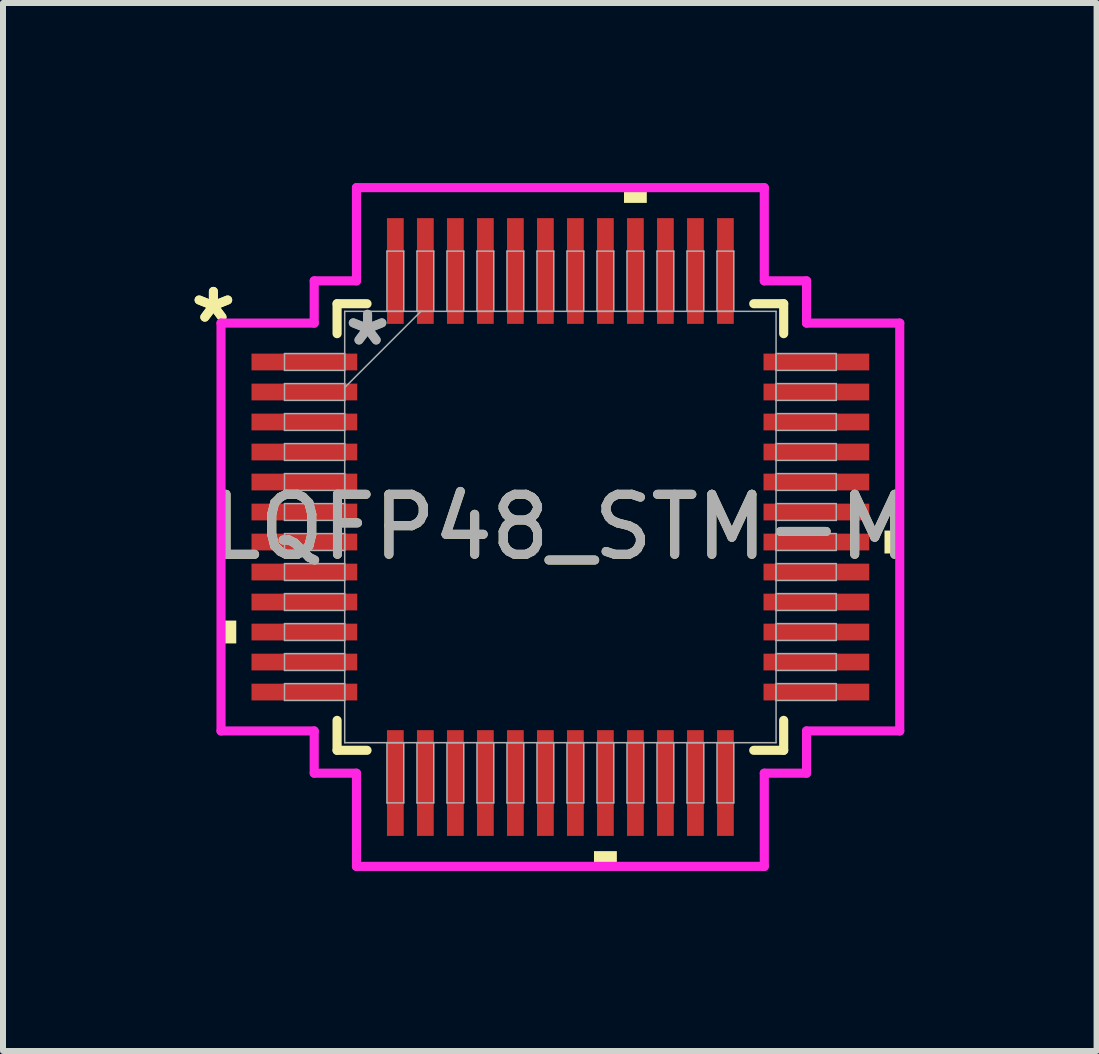
<source format=kicad_pcb>
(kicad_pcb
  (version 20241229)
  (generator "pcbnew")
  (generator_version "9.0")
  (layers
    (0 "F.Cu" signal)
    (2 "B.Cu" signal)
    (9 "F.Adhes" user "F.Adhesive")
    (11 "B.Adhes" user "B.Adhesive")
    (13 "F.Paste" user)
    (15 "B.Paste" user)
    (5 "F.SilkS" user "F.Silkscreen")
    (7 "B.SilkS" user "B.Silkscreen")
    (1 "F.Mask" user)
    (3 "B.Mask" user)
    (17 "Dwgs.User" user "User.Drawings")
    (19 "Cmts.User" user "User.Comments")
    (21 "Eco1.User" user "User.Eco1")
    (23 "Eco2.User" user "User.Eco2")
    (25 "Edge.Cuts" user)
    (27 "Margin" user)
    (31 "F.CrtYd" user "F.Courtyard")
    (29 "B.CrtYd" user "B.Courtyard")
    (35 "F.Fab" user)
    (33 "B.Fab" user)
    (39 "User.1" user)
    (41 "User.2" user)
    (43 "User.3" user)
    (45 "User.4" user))
  (footprint "LQFP48_STM-M"
    (layer "F.Cu")
    (at 6.288 5.732)
    (property "Reference" "LQFP48_STM-M" (at 0 0 0) (unlocked yes) (layer "F.SilkS") (effects (font (size 1 1) (thickness 0.15))))
    (attr smd)
    (fp_line (start -3.721 -3.721) (end -3.721 -3.222) (stroke (width 0.152) (type solid)) (layer "F.SilkS"))
    (fp_line (start -3.721 3.222) (end -3.721 3.721) (stroke (width 0.152) (type solid)) (layer "F.SilkS"))
    (fp_line (start -3.721 3.721) (end -3.222 3.721) (stroke (width 0.152) (type solid)) (layer "F.SilkS"))
    (fp_line (start -3.222 -3.721) (end -3.721 -3.721) (stroke (width 0.152) (type solid)) (layer "F.SilkS"))
    (fp_line (start 3.222 3.721) (end 3.721 3.721) (stroke (width 0.152) (type solid)) (layer "F.SilkS"))
    (fp_line (start 3.721 -3.721) (end 3.222 -3.721) (stroke (width 0.152) (type solid)) (layer "F.SilkS"))
    (fp_line (start 3.721 -3.222) (end 3.721 -3.721) (stroke (width 0.152) (type solid)) (layer "F.SilkS"))
    (fp_line (start 3.721 3.721) (end 3.721 3.222) (stroke (width 0.152) (type solid)) (layer "F.SilkS"))
    (fp_poly (pts (xy -5.655 1.559) (xy -5.655 1.94) (xy -5.401 1.94) (xy -5.401 1.559)) (stroke (width 0) (type solid)) (fill yes) (layer "F.SilkS"))
    (fp_poly (pts (xy 0.56 5.401) (xy 0.56 5.655) (xy 0.941 5.655) (xy 0.941 5.401)) (stroke (width 0) (type solid)) (fill yes) (layer "F.SilkS"))
    (fp_poly (pts (xy 1.06 -5.401) (xy 1.06 -5.655) (xy 1.44 -5.655) (xy 1.44 -5.401)) (stroke (width 0) (type solid)) (fill yes) (layer "F.SilkS"))
    (fp_poly (pts (xy 5.655 0.059) (xy 5.655 0.441) (xy 5.401 0.441) (xy 5.401 0.059)) (stroke (width 0) (type solid)) (fill yes) (layer "F.SilkS"))
    (fp_line (start -5.655 -3.398) (end -4.102 -3.398) (stroke (width 0.152) (type solid)) (layer "F.CrtYd"))
    (fp_line (start -5.655 3.398) (end -5.655 -3.398) (stroke (width 0.152) (type solid)) (layer "F.CrtYd"))
    (fp_line (start -4.102 -4.102) (end -3.398 -4.102) (stroke (width 0.152) (type solid)) (layer "F.CrtYd"))
    (fp_line (start -4.102 -3.398) (end -4.102 -4.102) (stroke (width 0.152) (type solid)) (layer "F.CrtYd"))
    (fp_line (start -4.102 3.398) (end -5.655 3.398) (stroke (width 0.152) (type solid)) (layer "F.CrtYd"))
    (fp_line (start -4.102 4.102) (end -4.102 3.398) (stroke (width 0.152) (type solid)) (layer "F.CrtYd"))
    (fp_line (start -4.102 4.102) (end -3.398 4.102) (stroke (width 0.152) (type solid)) (layer "F.CrtYd"))
    (fp_line (start -3.398 -5.655) (end 3.398 -5.655) (stroke (width 0.152) (type solid)) (layer "F.CrtYd"))
    (fp_line (start -3.398 -4.102) (end -3.398 -5.655) (stroke (width 0.152) (type solid)) (layer "F.CrtYd"))
    (fp_line (start -3.398 4.102) (end -3.398 5.655) (stroke (width 0.152) (type solid)) (layer "F.CrtYd"))
    (fp_line (start -3.398 5.655) (end 3.398 5.655) (stroke (width 0.152) (type solid)) (layer "F.CrtYd"))
    (fp_line (start 3.398 -5.655) (end 3.398 -4.102) (stroke (width 0.152) (type solid)) (layer "F.CrtYd"))
    (fp_line (start 3.398 -4.102) (end 4.102 -4.102) (stroke (width 0.152) (type solid)) (layer "F.CrtYd"))
    (fp_line (start 3.398 4.102) (end 4.102 4.102) (stroke (width 0.152) (type solid)) (layer "F.CrtYd"))
    (fp_line (start 3.398 5.655) (end 3.398 4.102) (stroke (width 0.152) (type solid)) (layer "F.CrtYd"))
    (fp_line (start 4.102 -3.398) (end 4.102 -4.102) (stroke (width 0.152) (type solid)) (layer "F.CrtYd"))
    (fp_line (start 4.102 3.398) (end 5.655 3.398) (stroke (width 0.152) (type solid)) (layer "F.CrtYd"))
    (fp_line (start 4.102 4.102) (end 4.102 3.398) (stroke (width 0.152) (type solid)) (layer "F.CrtYd"))
    (fp_line (start 5.655 -3.398) (end 4.102 -3.398) (stroke (width 0.152) (type solid)) (layer "F.CrtYd"))
    (fp_line (start 5.655 3.398) (end 5.655 -3.398) (stroke (width 0.152) (type solid)) (layer "F.CrtYd"))
    (fp_line (start -4.597 -2.89) (end -4.597 -2.61) (stroke (width 0.025) (type solid)) (layer "F.Fab"))
    (fp_line (start -4.597 -2.61) (end -3.594 -2.61) (stroke (width 0.025) (type solid)) (layer "F.Fab"))
    (fp_line (start -4.597 -2.39) (end -4.597 -2.11) (stroke (width 0.025) (type solid)) (layer "F.Fab"))
    (fp_line (start -4.597 -2.11) (end -3.594 -2.11) (stroke (width 0.025) (type solid)) (layer "F.Fab"))
    (fp_line (start -4.597 -1.89) (end -4.597 -1.61) (stroke (width 0.025) (type solid)) (layer "F.Fab"))
    (fp_line (start -4.597 -1.61) (end -3.594 -1.61) (stroke (width 0.025) (type solid)) (layer "F.Fab"))
    (fp_line (start -4.597 -1.39) (end -4.597 -1.11) (stroke (width 0.025) (type solid)) (layer "F.Fab"))
    (fp_line (start -4.597 -1.11) (end -3.594 -1.11) (stroke (width 0.025) (type solid)) (layer "F.Fab"))
    (fp_line (start -4.597 -0.89) (end -4.597 -0.61) (stroke (width 0.025) (type solid)) (layer "F.Fab"))
    (fp_line (start -4.597 -0.61) (end -3.594 -0.61) (stroke (width 0.025) (type solid)) (layer "F.Fab"))
    (fp_line (start -4.597 -0.39) (end -4.597 -0.11) (stroke (width 0.025) (type solid)) (layer "F.Fab"))
    (fp_line (start -4.597 -0.11) (end -3.594 -0.11) (stroke (width 0.025) (type solid)) (layer "F.Fab"))
    (fp_line (start -4.597 0.11) (end -4.597 0.39) (stroke (width 0.025) (type solid)) (layer "F.Fab"))
    (fp_line (start -4.597 0.39) (end -3.594 0.39) (stroke (width 0.025) (type solid)) (layer "F.Fab"))
    (fp_line (start -4.597 0.61) (end -4.597 0.89) (stroke (width 0.025) (type solid)) (layer "F.Fab"))
    (fp_line (start -4.597 0.89) (end -3.594 0.89) (stroke (width 0.025) (type solid)) (layer "F.Fab"))
    (fp_line (start -4.597 1.11) (end -4.597 1.39) (stroke (width 0.025) (type solid)) (layer "F.Fab"))
    (fp_line (start -4.597 1.39) (end -3.594 1.39) (stroke (width 0.025) (type solid)) (layer "F.Fab"))
    (fp_line (start -4.597 1.61) (end -4.597 1.89) (stroke (width 0.025) (type solid)) (layer "F.Fab"))
    (fp_line (start -4.597 1.89) (end -3.594 1.89) (stroke (width 0.025) (type solid)) (layer "F.Fab"))
    (fp_line (start -4.597 2.11) (end -4.597 2.39) (stroke (width 0.025) (type solid)) (layer "F.Fab"))
    (fp_line (start -4.597 2.39) (end -3.594 2.39) (stroke (width 0.025) (type solid)) (layer "F.Fab"))
    (fp_line (start -4.597 2.61) (end -4.597 2.89) (stroke (width 0.025) (type solid)) (layer "F.Fab"))
    (fp_line (start -4.597 2.89) (end -3.594 2.89) (stroke (width 0.025) (type solid)) (layer "F.Fab"))
    (fp_line (start -3.594 -3.594) (end -3.594 3.594) (stroke (width 0.025) (type solid)) (layer "F.Fab"))
    (fp_line (start -3.594 -2.89) (end -4.597 -2.89) (stroke (width 0.025) (type solid)) (layer "F.Fab"))
    (fp_line (start -3.594 -2.61) (end -3.594 -2.89) (stroke (width 0.025) (type solid)) (layer "F.Fab"))
    (fp_line (start -3.594 -2.39) (end -4.597 -2.39) (stroke (width 0.025) (type solid)) (layer "F.Fab"))
    (fp_line (start -3.594 -2.324) (end -2.324 -3.594) (stroke (width 0.025) (type solid)) (layer "F.Fab"))
    (fp_line (start -3.594 -2.11) (end -3.594 -2.39) (stroke (width 0.025) (type solid)) (layer "F.Fab"))
    (fp_line (start -3.594 -1.89) (end -4.597 -1.89) (stroke (width 0.025) (type solid)) (layer "F.Fab"))
    (fp_line (start -3.594 -1.61) (end -3.594 -1.89) (stroke (width 0.025) (type solid)) (layer "F.Fab"))
    (fp_line (start -3.594 -1.39) (end -4.597 -1.39) (stroke (width 0.025) (type solid)) (layer "F.Fab"))
    (fp_line (start -3.594 -1.11) (end -3.594 -1.39) (stroke (width 0.025) (type solid)) (layer "F.Fab"))
    (fp_line (start -3.594 -0.89) (end -4.597 -0.89) (stroke (width 0.025) (type solid)) (layer "F.Fab"))
    (fp_line (start -3.594 -0.61) (end -3.594 -0.89) (stroke (width 0.025) (type solid)) (layer "F.Fab"))
    (fp_line (start -3.594 -0.39) (end -4.597 -0.39) (stroke (width 0.025) (type solid)) (layer "F.Fab"))
    (fp_line (start -3.594 -0.11) (end -3.594 -0.39) (stroke (width 0.025) (type solid)) (layer "F.Fab"))
    (fp_line (start -3.594 0.11) (end -4.597 0.11) (stroke (width 0.025) (type solid)) (layer "F.Fab"))
    (fp_line (start -3.594 0.39) (end -3.594 0.11) (stroke (width 0.025) (type solid)) (layer "F.Fab"))
    (fp_line (start -3.594 0.61) (end -4.597 0.61) (stroke (width 0.025) (type solid)) (layer "F.Fab"))
    (fp_line (start -3.594 0.89) (end -3.594 0.61) (stroke (width 0.025) (type solid)) (layer "F.Fab"))
    (fp_line (start -3.594 1.11) (end -4.597 1.11) (stroke (width 0.025) (type solid)) (layer "F.Fab"))
    (fp_line (start -3.594 1.39) (end -3.594 1.11) (stroke (width 0.025) (type solid)) (layer "F.Fab"))
    (fp_line (start -3.594 1.61) (end -4.597 1.61) (stroke (width 0.025) (type solid)) (layer "F.Fab"))
    (fp_line (start -3.594 1.89) (end -3.594 1.61) (stroke (width 0.025) (type solid)) (layer "F.Fab"))
    (fp_line (start -3.594 2.11) (end -4.597 2.11) (stroke (width 0.025) (type solid)) (layer "F.Fab"))
    (fp_line (start -3.594 2.39) (end -3.594 2.11) (stroke (width 0.025) (type solid)) (layer "F.Fab"))
    (fp_line (start -3.594 2.61) (end -4.597 2.61) (stroke (width 0.025) (type solid)) (layer "F.Fab"))
    (fp_line (start -3.594 2.89) (end -3.594 2.61) (stroke (width 0.025) (type solid)) (layer "F.Fab"))
    (fp_line (start -3.594 3.594) (end 3.594 3.594) (stroke (width 0.025) (type solid)) (layer "F.Fab"))
    (fp_line (start -2.89 -4.597) (end -2.89 -3.594) (stroke (width 0.025) (type solid)) (layer "F.Fab"))
    (fp_line (start -2.89 -3.594) (end -2.61 -3.594) (stroke (width 0.025) (type solid)) (layer "F.Fab"))
    (fp_line (start -2.89 3.594) (end -2.89 4.597) (stroke (width 0.025) (type solid)) (layer "F.Fab"))
    (fp_line (start -2.89 4.597) (end -2.61 4.597) (stroke (width 0.025) (type solid)) (layer "F.Fab"))
    (fp_line (start -2.61 -4.597) (end -2.89 -4.597) (stroke (width 0.025) (type solid)) (layer "F.Fab"))
    (fp_line (start -2.61 -3.594) (end -2.61 -4.597) (stroke (width 0.025) (type solid)) (layer "F.Fab"))
    (fp_line (start -2.61 3.594) (end -2.89 3.594) (stroke (width 0.025) (type solid)) (layer "F.Fab"))
    (fp_line (start -2.61 4.597) (end -2.61 3.594) (stroke (width 0.025) (type solid)) (layer "F.Fab"))
    (fp_line (start -2.39 -4.597) (end -2.39 -3.594) (stroke (width 0.025) (type solid)) (layer "F.Fab"))
    (fp_line (start -2.39 -3.594) (end -2.11 -3.594) (stroke (width 0.025) (type solid)) (layer "F.Fab"))
    (fp_line (start -2.39 3.594) (end -2.39 4.597) (stroke (width 0.025) (type solid)) (layer "F.Fab"))
    (fp_line (start -2.39 4.597) (end -2.11 4.597) (stroke (width 0.025) (type solid)) (layer "F.Fab"))
    (fp_line (start -2.11 -4.597) (end -2.39 -4.597) (stroke (width 0.025) (type solid)) (layer "F.Fab"))
    (fp_line (start -2.11 -3.594) (end -2.11 -4.597) (stroke (width 0.025) (type solid)) (layer "F.Fab"))
    (fp_line (start -2.11 3.594) (end -2.39 3.594) (stroke (width 0.025) (type solid)) (layer "F.Fab"))
    (fp_line (start -2.11 4.597) (end -2.11 3.594) (stroke (width 0.025) (type solid)) (layer "F.Fab"))
    (fp_line (start -1.89 -4.597) (end -1.89 -3.594) (stroke (width 0.025) (type solid)) (layer "F.Fab"))
    (fp_line (start -1.89 -3.594) (end -1.61 -3.594) (stroke (width 0.025) (type solid)) (layer "F.Fab"))
    (fp_line (start -1.89 3.594) (end -1.89 4.597) (stroke (width 0.025) (type solid)) (layer "F.Fab"))
    (fp_line (start -1.89 4.597) (end -1.61 4.597) (stroke (width 0.025) (type solid)) (layer "F.Fab"))
    (fp_line (start -1.61 -4.597) (end -1.89 -4.597) (stroke (width 0.025) (type solid)) (layer "F.Fab"))
    (fp_line (start -1.61 -3.594) (end -1.61 -4.597) (stroke (width 0.025) (type solid)) (layer "F.Fab"))
    (fp_line (start -1.61 3.594) (end -1.89 3.594) (stroke (width 0.025) (type solid)) (layer "F.Fab"))
    (fp_line (start -1.61 4.597) (end -1.61 3.594) (stroke (width 0.025) (type solid)) (layer "F.Fab"))
    (fp_line (start -1.39 -4.597) (end -1.39 -3.594) (stroke (width 0.025) (type solid)) (layer "F.Fab"))
    (fp_line (start -1.39 -3.594) (end -1.11 -3.594) (stroke (width 0.025) (type solid)) (layer "F.Fab"))
    (fp_line (start -1.39 3.594) (end -1.39 4.597) (stroke (width 0.025) (type solid)) (layer "F.Fab"))
    (fp_line (start -1.39 4.597) (end -1.11 4.597) (stroke (width 0.025) (type solid)) (layer "F.Fab"))
    (fp_line (start -1.11 -4.597) (end -1.39 -4.597) (stroke (width 0.025) (type solid)) (layer "F.Fab"))
    (fp_line (start -1.11 -3.594) (end -1.11 -4.597) (stroke (width 0.025) (type solid)) (layer "F.Fab"))
    (fp_line (start -1.11 3.594) (end -1.39 3.594) (stroke (width 0.025) (type solid)) (layer "F.Fab"))
    (fp_line (start -1.11 4.597) (end -1.11 3.594) (stroke (width 0.025) (type solid)) (layer "F.Fab"))
    (fp_line (start -0.89 -4.597) (end -0.89 -3.594) (stroke (width 0.025) (type solid)) (layer "F.Fab"))
    (fp_line (start -0.89 -3.594) (end -0.61 -3.594) (stroke (width 0.025) (type solid)) (layer "F.Fab"))
    (fp_line (start -0.89 3.594) (end -0.89 4.597) (stroke (width 0.025) (type solid)) (layer "F.Fab"))
    (fp_line (start -0.89 4.597) (end -0.61 4.597) (stroke (width 0.025) (type solid)) (layer "F.Fab"))
    (fp_line (start -0.61 -4.597) (end -0.89 -4.597) (stroke (width 0.025) (type solid)) (layer "F.Fab"))
    (fp_line (start -0.61 -3.594) (end -0.61 -4.597) (stroke (width 0.025) (type solid)) (layer "F.Fab"))
    (fp_line (start -0.61 3.594) (end -0.89 3.594) (stroke (width 0.025) (type solid)) (layer "F.Fab"))
    (fp_line (start -0.61 4.597) (end -0.61 3.594) (stroke (width 0.025) (type solid)) (layer "F.Fab"))
    (fp_line (start -0.39 -4.597) (end -0.39 -3.594) (stroke (width 0.025) (type solid)) (layer "F.Fab"))
    (fp_line (start -0.39 -3.594) (end -0.11 -3.594) (stroke (width 0.025) (type solid)) (layer "F.Fab"))
    (fp_line (start -0.39 3.594) (end -0.39 4.597) (stroke (width 0.025) (type solid)) (layer "F.Fab"))
    (fp_line (start -0.39 4.597) (end -0.11 4.597) (stroke (width 0.025) (type solid)) (layer "F.Fab"))
    (fp_line (start -0.11 -4.597) (end -0.39 -4.597) (stroke (width 0.025) (type solid)) (layer "F.Fab"))
    (fp_line (start -0.11 -3.594) (end -0.11 -4.597) (stroke (width 0.025) (type solid)) (layer "F.Fab"))
    (fp_line (start -0.11 3.594) (end -0.39 3.594) (stroke (width 0.025) (type solid)) (layer "F.Fab"))
    (fp_line (start -0.11 4.597) (end -0.11 3.594) (stroke (width 0.025) (type solid)) (layer "F.Fab"))
    (fp_line (start 0.11 -4.597) (end 0.11 -3.594) (stroke (width 0.025) (type solid)) (layer "F.Fab"))
    (fp_line (start 0.11 -3.594) (end 0.39 -3.594) (stroke (width 0.025) (type solid)) (layer "F.Fab"))
    (fp_line (start 0.11 3.594) (end 0.11 4.597) (stroke (width 0.025) (type solid)) (layer "F.Fab"))
    (fp_line (start 0.11 4.597) (end 0.39 4.597) (stroke (width 0.025) (type solid)) (layer "F.Fab"))
    (fp_line (start 0.39 -4.597) (end 0.11 -4.597) (stroke (width 0.025) (type solid)) (layer "F.Fab"))
    (fp_line (start 0.39 -3.594) (end 0.39 -4.597) (stroke (width 0.025) (type solid)) (layer "F.Fab"))
    (fp_line (start 0.39 3.594) (end 0.11 3.594) (stroke (width 0.025) (type solid)) (layer "F.Fab"))
    (fp_line (start 0.39 4.597) (end 0.39 3.594) (stroke (width 0.025) (type solid)) (layer "F.Fab"))
    (fp_line (start 0.61 -4.597) (end 0.61 -3.594) (stroke (width 0.025) (type solid)) (layer "F.Fab"))
    (fp_line (start 0.61 -3.594) (end 0.89 -3.594) (stroke (width 0.025) (type solid)) (layer "F.Fab"))
    (fp_line (start 0.61 3.594) (end 0.61 4.597) (stroke (width 0.025) (type solid)) (layer "F.Fab"))
    (fp_line (start 0.61 4.597) (end 0.89 4.597) (stroke (width 0.025) (type solid)) (layer "F.Fab"))
    (fp_line (start 0.89 -4.597) (end 0.61 -4.597) (stroke (width 0.025) (type solid)) (layer "F.Fab"))
    (fp_line (start 0.89 -3.594) (end 0.89 -4.597) (stroke (width 0.025) (type solid)) (layer "F.Fab"))
    (fp_line (start 0.89 3.594) (end 0.61 3.594) (stroke (width 0.025) (type solid)) (layer "F.Fab"))
    (fp_line (start 0.89 4.597) (end 0.89 3.594) (stroke (width 0.025) (type solid)) (layer "F.Fab"))
    (fp_line (start 1.11 -4.597) (end 1.11 -3.594) (stroke (width 0.025) (type solid)) (layer "F.Fab"))
    (fp_line (start 1.11 -3.594) (end 1.39 -3.594) (stroke (width 0.025) (type solid)) (layer "F.Fab"))
    (fp_line (start 1.11 3.594) (end 1.11 4.597) (stroke (width 0.025) (type solid)) (layer "F.Fab"))
    (fp_line (start 1.11 4.597) (end 1.39 4.597) (stroke (width 0.025) (type solid)) (layer "F.Fab"))
    (fp_line (start 1.39 -4.597) (end 1.11 -4.597) (stroke (width 0.025) (type solid)) (layer "F.Fab"))
    (fp_line (start 1.39 -3.594) (end 1.39 -4.597) (stroke (width 0.025) (type solid)) (layer "F.Fab"))
    (fp_line (start 1.39 3.594) (end 1.11 3.594) (stroke (width 0.025) (type solid)) (layer "F.Fab"))
    (fp_line (start 1.39 4.597) (end 1.39 3.594) (stroke (width 0.025) (type solid)) (layer "F.Fab"))
    (fp_line (start 1.61 -4.597) (end 1.61 -3.594) (stroke (width 0.025) (type solid)) (layer "F.Fab"))
    (fp_line (start 1.61 -3.594) (end 1.89 -3.594) (stroke (width 0.025) (type solid)) (layer "F.Fab"))
    (fp_line (start 1.61 3.594) (end 1.61 4.597) (stroke (width 0.025) (type solid)) (layer "F.Fab"))
    (fp_line (start 1.61 4.597) (end 1.89 4.597) (stroke (width 0.025) (type solid)) (layer "F.Fab"))
    (fp_line (start 1.89 -4.597) (end 1.61 -4.597) (stroke (width 0.025) (type solid)) (layer "F.Fab"))
    (fp_line (start 1.89 -3.594) (end 1.89 -4.597) (stroke (width 0.025) (type solid)) (layer "F.Fab"))
    (fp_line (start 1.89 3.594) (end 1.61 3.594) (stroke (width 0.025) (type solid)) (layer "F.Fab"))
    (fp_line (start 1.89 4.597) (end 1.89 3.594) (stroke (width 0.025) (type solid)) (layer "F.Fab"))
    (fp_line (start 2.11 -4.597) (end 2.11 -3.594) (stroke (width 0.025) (type solid)) (layer "F.Fab"))
    (fp_line (start 2.11 -3.594) (end 2.39 -3.594) (stroke (width 0.025) (type solid)) (layer "F.Fab"))
    (fp_line (start 2.11 3.594) (end 2.11 4.597) (stroke (width 0.025) (type solid)) (layer "F.Fab"))
    (fp_line (start 2.11 4.597) (end 2.39 4.597) (stroke (width 0.025) (type solid)) (layer "F.Fab"))
    (fp_line (start 2.39 -4.597) (end 2.11 -4.597) (stroke (width 0.025) (type solid)) (layer "F.Fab"))
    (fp_line (start 2.39 -3.594) (end 2.39 -4.597) (stroke (width 0.025) (type solid)) (layer "F.Fab"))
    (fp_line (start 2.39 3.594) (end 2.11 3.594) (stroke (width 0.025) (type solid)) (layer "F.Fab"))
    (fp_line (start 2.39 4.597) (end 2.39 3.594) (stroke (width 0.025) (type solid)) (layer "F.Fab"))
    (fp_line (start 2.61 -4.597) (end 2.61 -3.594) (stroke (width 0.025) (type solid)) (layer "F.Fab"))
    (fp_line (start 2.61 -3.594) (end 2.89 -3.594) (stroke (width 0.025) (type solid)) (layer "F.Fab"))
    (fp_line (start 2.61 3.594) (end 2.61 4.597) (stroke (width 0.025) (type solid)) (layer "F.Fab"))
    (fp_line (start 2.61 4.597) (end 2.89 4.597) (stroke (width 0.025) (type solid)) (layer "F.Fab"))
    (fp_line (start 2.89 -4.597) (end 2.61 -4.597) (stroke (width 0.025) (type solid)) (layer "F.Fab"))
    (fp_line (start 2.89 -3.594) (end 2.89 -4.597) (stroke (width 0.025) (type solid)) (layer "F.Fab"))
    (fp_line (start 2.89 3.594) (end 2.61 3.594) (stroke (width 0.025) (type solid)) (layer "F.Fab"))
    (fp_line (start 2.89 4.597) (end 2.89 3.594) (stroke (width 0.025) (type solid)) (layer "F.Fab"))
    (fp_line (start 3.594 -3.594) (end -3.594 -3.594) (stroke (width 0.025) (type solid)) (layer "F.Fab"))
    (fp_line (start 3.594 -2.89) (end 3.594 -2.61) (stroke (width 0.025) (type solid)) (layer "F.Fab"))
    (fp_line (start 3.594 -2.61) (end 4.597 -2.61) (stroke (width 0.025) (type solid)) (layer "F.Fab"))
    (fp_line (start 3.594 -2.39) (end 3.594 -2.11) (stroke (width 0.025) (type solid)) (layer "F.Fab"))
    (fp_line (start 3.594 -2.11) (end 4.597 -2.11) (stroke (width 0.025) (type solid)) (layer "F.Fab"))
    (fp_line (start 3.594 -1.89) (end 3.594 -1.61) (stroke (width 0.025) (type solid)) (layer "F.Fab"))
    (fp_line (start 3.594 -1.61) (end 4.597 -1.61) (stroke (width 0.025) (type solid)) (layer "F.Fab"))
    (fp_line (start 3.594 -1.39) (end 3.594 -1.11) (stroke (width 0.025) (type solid)) (layer "F.Fab"))
    (fp_line (start 3.594 -1.11) (end 4.597 -1.11) (stroke (width 0.025) (type solid)) (layer "F.Fab"))
    (fp_line (start 3.594 -0.89) (end 3.594 -0.61) (stroke (width 0.025) (type solid)) (layer "F.Fab"))
    (fp_line (start 3.594 -0.61) (end 4.597 -0.61) (stroke (width 0.025) (type solid)) (layer "F.Fab"))
    (fp_line (start 3.594 -0.39) (end 3.594 -0.11) (stroke (width 0.025) (type solid)) (layer "F.Fab"))
    (fp_line (start 3.594 -0.11) (end 4.597 -0.11) (stroke (width 0.025) (type solid)) (layer "F.Fab"))
    (fp_line (start 3.594 0.11) (end 3.594 0.39) (stroke (width 0.025) (type solid)) (layer "F.Fab"))
    (fp_line (start 3.594 0.39) (end 4.597 0.39) (stroke (width 0.025) (type solid)) (layer "F.Fab"))
    (fp_line (start 3.594 0.61) (end 3.594 0.89) (stroke (width 0.025) (type solid)) (layer "F.Fab"))
    (fp_line (start 3.594 0.89) (end 4.597 0.89) (stroke (width 0.025) (type solid)) (layer "F.Fab"))
    (fp_line (start 3.594 1.11) (end 3.594 1.39) (stroke (width 0.025) (type solid)) (layer "F.Fab"))
    (fp_line (start 3.594 1.39) (end 4.597 1.39) (stroke (width 0.025) (type solid)) (layer "F.Fab"))
    (fp_line (start 3.594 1.61) (end 3.594 1.89) (stroke (width 0.025) (type solid)) (layer "F.Fab"))
    (fp_line (start 3.594 1.89) (end 4.597 1.89) (stroke (width 0.025) (type solid)) (layer "F.Fab"))
    (fp_line (start 3.594 2.11) (end 3.594 2.39) (stroke (width 0.025) (type solid)) (layer "F.Fab"))
    (fp_line (start 3.594 2.39) (end 4.597 2.39) (stroke (width 0.025) (type solid)) (layer "F.Fab"))
    (fp_line (start 3.594 2.61) (end 3.594 2.89) (stroke (width 0.025) (type solid)) (layer "F.Fab"))
    (fp_line (start 3.594 2.89) (end 4.597 2.89) (stroke (width 0.025) (type solid)) (layer "F.Fab"))
    (fp_line (start 3.594 3.594) (end 3.594 -3.594) (stroke (width 0.025) (type solid)) (layer "F.Fab"))
    (fp_line (start 4.597 -2.89) (end 3.594 -2.89) (stroke (width 0.025) (type solid)) (layer "F.Fab"))
    (fp_line (start 4.597 -2.61) (end 4.597 -2.89) (stroke (width 0.025) (type solid)) (layer "F.Fab"))
    (fp_line (start 4.597 -2.39) (end 3.594 -2.39) (stroke (width 0.025) (type solid)) (layer "F.Fab"))
    (fp_line (start 4.597 -2.11) (end 4.597 -2.39) (stroke (width 0.025) (type solid)) (layer "F.Fab"))
    (fp_line (start 4.597 -1.89) (end 3.594 -1.89) (stroke (width 0.025) (type solid)) (layer "F.Fab"))
    (fp_line (start 4.597 -1.61) (end 4.597 -1.89) (stroke (width 0.025) (type solid)) (layer "F.Fab"))
    (fp_line (start 4.597 -1.39) (end 3.594 -1.39) (stroke (width 0.025) (type solid)) (layer "F.Fab"))
    (fp_line (start 4.597 -1.11) (end 4.597 -1.39) (stroke (width 0.025) (type solid)) (layer "F.Fab"))
    (fp_line (start 4.597 -0.89) (end 3.594 -0.89) (stroke (width 0.025) (type solid)) (layer "F.Fab"))
    (fp_line (start 4.597 -0.61) (end 4.597 -0.89) (stroke (width 0.025) (type solid)) (layer "F.Fab"))
    (fp_line (start 4.597 -0.39) (end 3.594 -0.39) (stroke (width 0.025) (type solid)) (layer "F.Fab"))
    (fp_line (start 4.597 -0.11) (end 4.597 -0.39) (stroke (width 0.025) (type solid)) (layer "F.Fab"))
    (fp_line (start 4.597 0.11) (end 3.594 0.11) (stroke (width 0.025) (type solid)) (layer "F.Fab"))
    (fp_line (start 4.597 0.39) (end 4.597 0.11) (stroke (width 0.025) (type solid)) (layer "F.Fab"))
    (fp_line (start 4.597 0.61) (end 3.594 0.61) (stroke (width 0.025) (type solid)) (layer "F.Fab"))
    (fp_line (start 4.597 0.89) (end 4.597 0.61) (stroke (width 0.025) (type solid)) (layer "F.Fab"))
    (fp_line (start 4.597 1.11) (end 3.594 1.11) (stroke (width 0.025) (type solid)) (layer "F.Fab"))
    (fp_line (start 4.597 1.39) (end 4.597 1.11) (stroke (width 0.025) (type solid)) (layer "F.Fab"))
    (fp_line (start 4.597 1.61) (end 3.594 1.61) (stroke (width 0.025) (type solid)) (layer "F.Fab"))
    (fp_line (start 4.597 1.89) (end 4.597 1.61) (stroke (width 0.025) (type solid)) (layer "F.Fab"))
    (fp_line (start 4.597 2.11) (end 3.594 2.11) (stroke (width 0.025) (type solid)) (layer "F.Fab"))
    (fp_line (start 4.597 2.39) (end 4.597 2.11) (stroke (width 0.025) (type solid)) (layer "F.Fab"))
    (fp_line (start 4.597 2.61) (end 3.594 2.61) (stroke (width 0.025) (type solid)) (layer "F.Fab"))
    (fp_line (start 4.597 2.89) (end 4.597 2.61) (stroke (width 0.025) (type solid)) (layer "F.Fab"))
    (fp_text user "*" (at -5.782 -3.381 0) (unlocked yes) (layer "F.SilkS") (effects (font (size 1 1) (thickness 0.15))))
    (fp_text user "*" (at -5.782 -3.381 0) (layer "F.SilkS") (effects (font (size 1 1) (thickness 0.15))))
    (fp_text user "*" (at -3.213 -3 0) (layer "F.Fab") (effects (font (size 1 1) (thickness 0.15))))
    (fp_text user "*" (at -3.213 -3 0) (unlocked yes) (layer "F.Fab") (effects (font (size 1 1) (thickness 0.15))))
    (fp_text user "${REFERENCE}" (at 0 0 0) (unlocked yes) (layer "F.Fab") (effects (font (size 1 1) (thickness 0.15))))
    (pad "1" smd rect (at -4.266 -2.75 90) (size 0.279 1.762) (layers "F.Cu" "F.Mask" "F.Paste"))
    (pad "2" smd rect (at -4.266 -2.25 90) (size 0.279 1.762) (layers "F.Cu" "F.Mask" "F.Paste"))
    (pad "3" smd rect (at -4.266 -1.75 90) (size 0.279 1.762) (layers "F.Cu" "F.Mask" "F.Paste"))
    (pad "4" smd rect (at -4.266 -1.25 90) (size 0.279 1.762) (layers "F.Cu" "F.Mask" "F.Paste"))
    (pad "5" smd rect (at -4.266 -0.75 90) (size 0.279 1.762) (layers "F.Cu" "F.Mask" "F.Paste"))
    (pad "6" smd rect (at -4.266 -0.25 90) (size 0.279 1.762) (layers "F.Cu" "F.Mask" "F.Paste"))
    (pad "7" smd rect (at -4.266 0.25 90) (size 0.279 1.762) (layers "F.Cu" "F.Mask" "F.Paste"))
    (pad "8" smd rect (at -4.266 0.75 90) (size 0.279 1.762) (layers "F.Cu" "F.Mask" "F.Paste"))
    (pad "9" smd rect (at -4.266 1.25 90) (size 0.279 1.762) (layers "F.Cu" "F.Mask" "F.Paste"))
    (pad "10" smd rect (at -4.266 1.75 90) (size 0.279 1.762) (layers "F.Cu" "F.Mask" "F.Paste"))
    (pad "11" smd rect (at -4.266 2.25 90) (size 0.279 1.762) (layers "F.Cu" "F.Mask" "F.Paste"))
    (pad "12" smd rect (at -4.266 2.75 90) (size 0.279 1.762) (layers "F.Cu" "F.Mask" "F.Paste"))
    (pad "13" smd rect (at -2.75 4.266) (size 0.279 1.762) (layers "F.Cu" "F.Mask" "F.Paste"))
    (pad "14" smd rect (at -2.25 4.266) (size 0.279 1.762) (layers "F.Cu" "F.Mask" "F.Paste"))
    (pad "15" smd rect (at -1.75 4.266) (size 0.279 1.762) (layers "F.Cu" "F.Mask" "F.Paste"))
    (pad "16" smd rect (at -1.25 4.266) (size 0.279 1.762) (layers "F.Cu" "F.Mask" "F.Paste"))
    (pad "17" smd rect (at -0.75 4.266) (size 0.279 1.762) (layers "F.Cu" "F.Mask" "F.Paste"))
    (pad "18" smd rect (at -0.25 4.266) (size 0.279 1.762) (layers "F.Cu" "F.Mask" "F.Paste"))
    (pad "19" smd rect (at 0.25 4.266) (size 0.279 1.762) (layers "F.Cu" "F.Mask" "F.Paste"))
    (pad "20" smd rect (at 0.75 4.266) (size 0.279 1.762) (layers "F.Cu" "F.Mask" "F.Paste"))
    (pad "21" smd rect (at 1.25 4.266) (size 0.279 1.762) (layers "F.Cu" "F.Mask" "F.Paste"))
    (pad "22" smd rect (at 1.75 4.266) (size 0.279 1.762) (layers "F.Cu" "F.Mask" "F.Paste"))
    (pad "23" smd rect (at 2.25 4.266) (size 0.279 1.762) (layers "F.Cu" "F.Mask" "F.Paste"))
    (pad "24" smd rect (at 2.75 4.266) (size 0.279 1.762) (layers "F.Cu" "F.Mask" "F.Paste"))
    (pad "25" smd rect (at 4.266 2.75 90) (size 0.279 1.762) (layers "F.Cu" "F.Mask" "F.Paste"))
    (pad "26" smd rect (at 4.266 2.25 90) (size 0.279 1.762) (layers "F.Cu" "F.Mask" "F.Paste"))
    (pad "27" smd rect (at 4.266 1.75 90) (size 0.279 1.762) (layers "F.Cu" "F.Mask" "F.Paste"))
    (pad "28" smd rect (at 4.266 1.25 90) (size 0.279 1.762) (layers "F.Cu" "F.Mask" "F.Paste"))
    (pad "29" smd rect (at 4.266 0.75 90) (size 0.279 1.762) (layers "F.Cu" "F.Mask" "F.Paste"))
    (pad "30" smd rect (at 4.266 0.25 90) (size 0.279 1.762) (layers "F.Cu" "F.Mask" "F.Paste"))
    (pad "31" smd rect (at 4.266 -0.25 90) (size 0.279 1.762) (layers "F.Cu" "F.Mask" "F.Paste"))
    (pad "32" smd rect (at 4.266 -0.75 90) (size 0.279 1.762) (layers "F.Cu" "F.Mask" "F.Paste"))
    (pad "33" smd rect (at 4.266 -1.25 90) (size 0.279 1.762) (layers "F.Cu" "F.Mask" "F.Paste"))
    (pad "34" smd rect (at 4.266 -1.75 90) (size 0.279 1.762) (layers "F.Cu" "F.Mask" "F.Paste"))
    (pad "35" smd rect (at 4.266 -2.25 90) (size 0.279 1.762) (layers "F.Cu" "F.Mask" "F.Paste"))
    (pad "36" smd rect (at 4.266 -2.75 90) (size 0.279 1.762) (layers "F.Cu" "F.Mask" "F.Paste"))
    (pad "37" smd rect (at 2.75 -4.266) (size 0.279 1.762) (layers "F.Cu" "F.Mask" "F.Paste"))
    (pad "38" smd rect (at 2.25 -4.266) (size 0.279 1.762) (layers "F.Cu" "F.Mask" "F.Paste"))
    (pad "39" smd rect (at 1.75 -4.266) (size 0.279 1.762) (layers "F.Cu" "F.Mask" "F.Paste"))
    (pad "40" smd rect (at 1.25 -4.266) (size 0.279 1.762) (layers "F.Cu" "F.Mask" "F.Paste"))
    (pad "41" smd rect (at 0.75 -4.266) (size 0.279 1.762) (layers "F.Cu" "F.Mask" "F.Paste"))
    (pad "42" smd rect (at 0.25 -4.266) (size 0.279 1.762) (layers "F.Cu" "F.Mask" "F.Paste"))
    (pad "43" smd rect (at -0.25 -4.266) (size 0.279 1.762) (layers "F.Cu" "F.Mask" "F.Paste"))
    (pad "44" smd rect (at -0.75 -4.266) (size 0.279 1.762) (layers "F.Cu" "F.Mask" "F.Paste"))
    (pad "45" smd rect (at -1.25 -4.266) (size 0.279 1.762) (layers "F.Cu" "F.Mask" "F.Paste"))
    (pad "46" smd rect (at -1.75 -4.266) (size 0.279 1.762) (layers "F.Cu" "F.Mask" "F.Paste"))
    (pad "47" smd rect (at -2.25 -4.266) (size 0.279 1.762) (layers "F.Cu" "F.Mask" "F.Paste"))
    (pad "48" smd rect (at -2.75 -4.266) (size 0.279 1.762) (layers "F.Cu" "F.Mask" "F.Paste")))
  (gr_rect
    (start -3 -3)
    (end 15.223 14.463)
    (stroke (width 0.1) (type default))
    (fill no)
    (layer "Edge.Cuts")))
</source>
